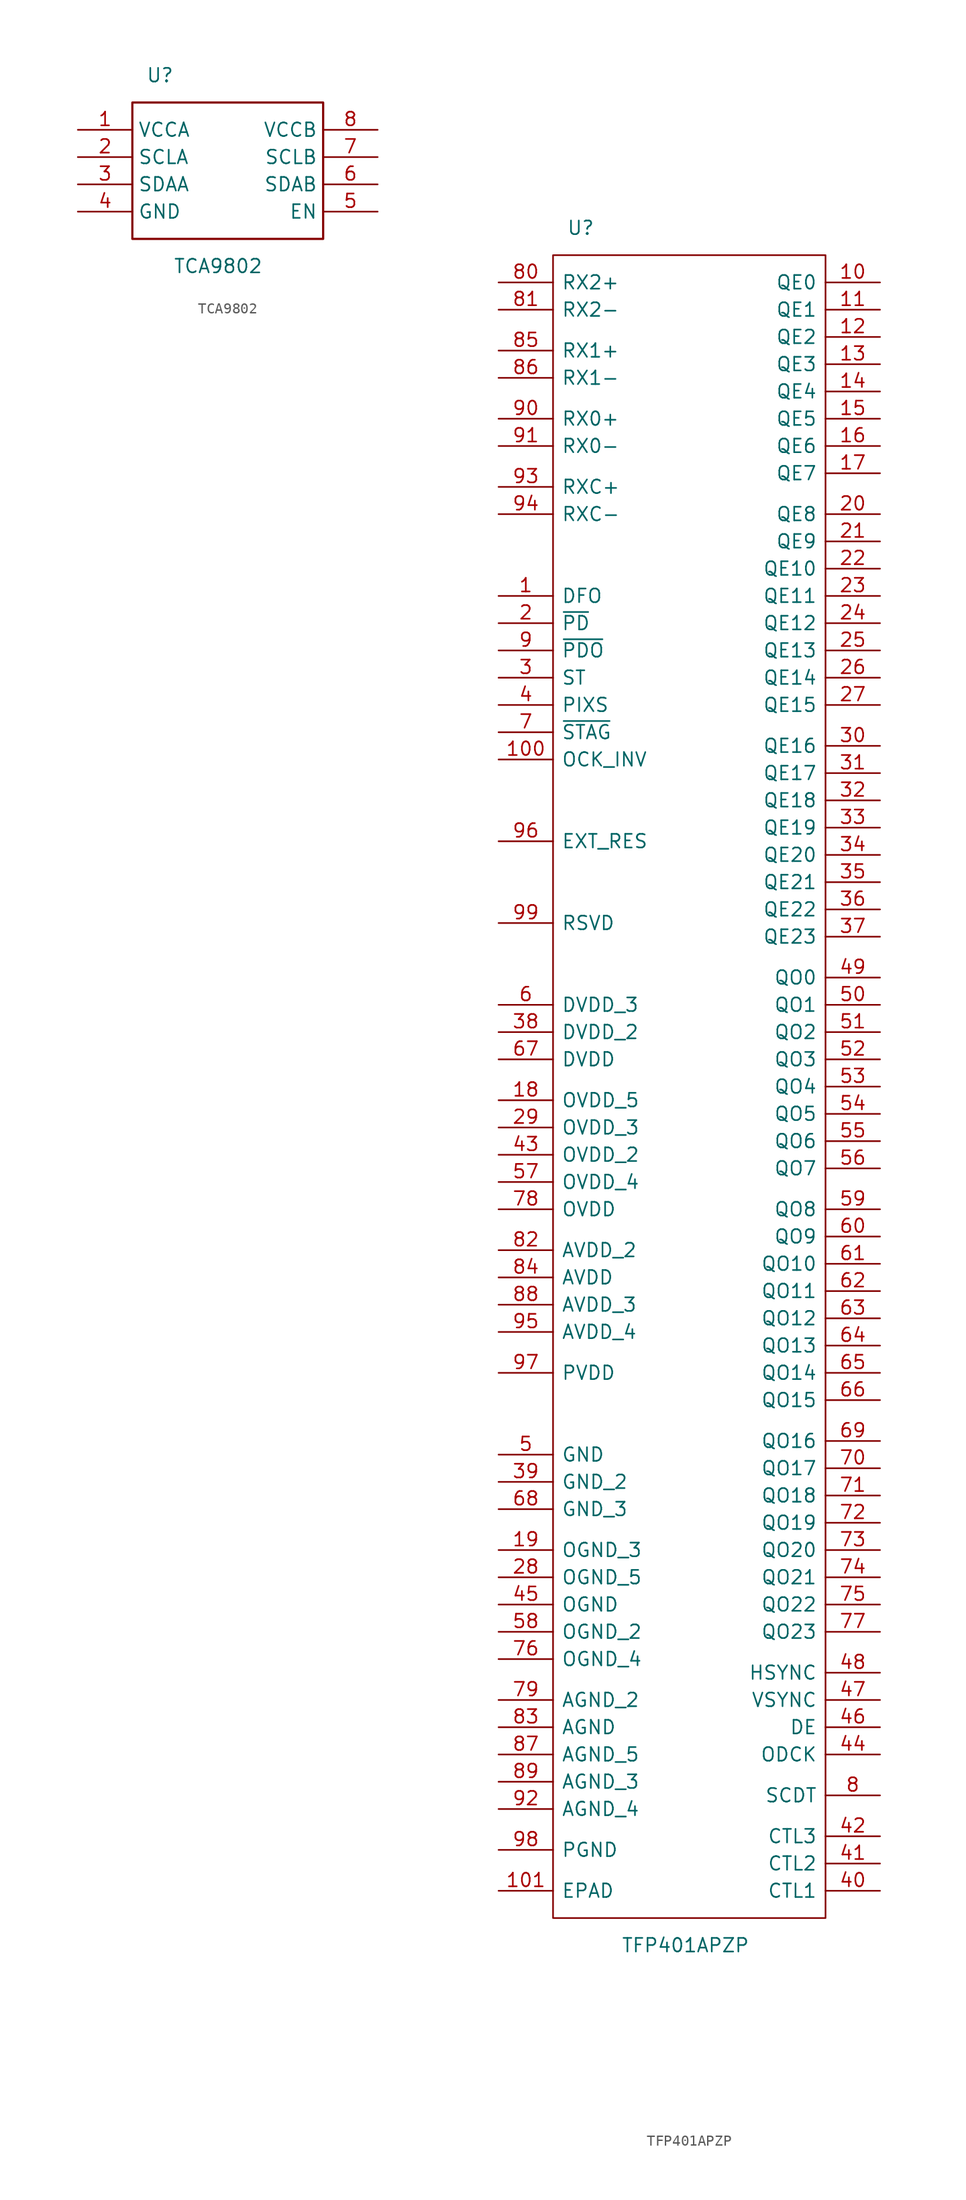
<source format=kicad_sym>
(kicad_symbol_lib
  (version 20241209)
  (generator "kicad_symbol_editor")
  (generator_version "9.0")
  (symbol "TCA9802"
    (property "Reference" "U"
      (at -7.62 8.89 0)
      (effects (font (size 1.27 1.27)) (justify left)))
    (property "Value" "TCA9802"
      (at -5.08 -8.89 0)
      (effects (font (size 1.27 1.27)) (justify left)))
    (symbol "TCA9802_0_0"
      (pin bidirectional line (at -13.97 3.81 0) (length 5.08) (name "VCCA" (effects (font (size 1.27 1.27)))) (number "1" (effects (font (size 1.27 1.27)))))
      (pin bidirectional line (at -13.97 1.27 0) (length 5.08) (name "SCLA" (effects (font (size 1.27 1.27)))) (number "2" (effects (font (size 1.27 1.27)))))
      (pin bidirectional line (at -13.97 -1.27 0) (length 5.08) (name "SDAA" (effects (font (size 1.27 1.27)))) (number "3" (effects (font (size 1.27 1.27)))))
      (pin bidirectional line (at -13.97 -3.81 0) (length 5.08) (name "GND" (effects (font (size 1.27 1.27)))) (number "4" (effects (font (size 1.27 1.27)))))
      (pin bidirectional line (at 13.97 3.81 180) (length 5.08) (name "VCCB" (effects (font (size 1.27 1.27)))) (number "8" (effects (font (size 1.27 1.27)))))
      (pin bidirectional line (at 13.97 1.27 180) (length 5.08) (name "SCLB" (effects (font (size 1.27 1.27)))) (number "7" (effects (font (size 1.27 1.27)))))
      (pin bidirectional line (at 13.97 -1.27 180) (length 5.08) (name "SDAB" (effects (font (size 1.27 1.27)))) (number "6" (effects (font (size 1.27 1.27)))))
      (pin bidirectional line (at 13.97 -3.81 180) (length 5.08) (name "EN" (effects (font (size 1.27 1.27)))) (number "5" (effects (font (size 1.27 1.27))))))
    (symbol "TCA9802_0_1"
      (polyline (pts (xy -8.89 6.35) (xy 8.89 6.35) (xy 8.89 -6.35) (xy -8.89 -6.35) (xy -8.89 6.35)) (stroke (width 0.203) (type solid)) (fill (type none)))))
  (symbol "TFP401APZP"
    (pin_names
      (offset 0.762))
    (property "Reference" "U"
      (at -11.43 82.55 0)
      (effects (font (size 1.27 1.27)) (justify left)))
    (property "Value" "TFP401APZP"
      (at -6.35 -77.47 0)
      (effects (font (size 1.27 1.27)) (justify left)))
    (symbol "TFP401APZP_0_0"
      (pin bidirectional line (at -17.78 74.93 0) (length 5.08) (name "RX2-" (effects (font (size 1.27 1.27)))) (number "81" (effects (font (size 1.27 1.27)))))
      (pin bidirectional line (at -17.78 71.12 0) (length 5.08) (name "RX1+" (effects (font (size 1.27 1.27)))) (number "85" (effects (font (size 1.27 1.27)))))
      (pin bidirectional line (at -17.78 68.58 0) (length 5.08) (name "RX1-" (effects (font (size 1.27 1.27)))) (number "86" (effects (font (size 1.27 1.27)))))
      (pin bidirectional line (at -17.78 64.77 0) (length 5.08) (name "RX0+" (effects (font (size 1.27 1.27)))) (number "90" (effects (font (size 1.27 1.27)))))
      (pin bidirectional line (at -17.78 62.23 0) (length 5.08) (name "RX0-" (effects (font (size 1.27 1.27)))) (number "91" (effects (font (size 1.27 1.27)))))
      (pin bidirectional line (at -17.78 58.42 0) (length 5.08) (name "RXC+" (effects (font (size 1.27 1.27)))) (number "93" (effects (font (size 1.27 1.27)))))
      (pin bidirectional line (at -17.78 55.88 0) (length 5.08) (name "RXC-" (effects (font (size 1.27 1.27)))) (number "94" (effects (font (size 1.27 1.27)))))
      (pin bidirectional line (at -17.78 48.26 0) (length 5.08) (name "DFO" (effects (font (size 1.27 1.27)))) (number "1" (effects (font (size 1.27 1.27)))))
      (pin bidirectional line (at -17.78 45.72 0) (length 5.08) (name "~{PD}" (effects (font (size 1.27 1.27)))) (number "2" (effects (font (size 1.27 1.27)))))
      (pin bidirectional line (at -17.78 43.18 0) (length 5.08) (name "~{PDO}" (effects (font (size 1.27 1.27)))) (number "9" (effects (font (size 1.27 1.27)))))
      (pin bidirectional line (at -17.78 40.64 0) (length 5.08) (name "ST" (effects (font (size 1.27 1.27)))) (number "3" (effects (font (size 1.27 1.27)))))
      (pin bidirectional line (at -17.78 38.1 0) (length 5.08) (name "PIXS" (effects (font (size 1.27 1.27)))) (number "4" (effects (font (size 1.27 1.27)))))
      (pin bidirectional line (at -17.78 35.56 0) (length 5.08) (name "~{STAG}" (effects (font (size 1.27 1.27)))) (number "7" (effects (font (size 1.27 1.27)))))
      (pin bidirectional line (at -17.78 10.16 0) (length 5.08) (name "DVDD_3" (effects (font (size 1.27 1.27)))) (number "6" (effects (font (size 1.27 1.27)))))
      (pin bidirectional line (at -17.78 7.62 0) (length 5.08) (name "DVDD_2" (effects (font (size 1.27 1.27)))) (number "38" (effects (font (size 1.27 1.27)))))
      (pin bidirectional line (at -17.78 1.27 0) (length 5.08) (name "OVDD_5" (effects (font (size 1.27 1.27)))) (number "18" (effects (font (size 1.27 1.27)))))
      (pin bidirectional line (at -17.78 -1.27 0) (length 5.08) (name "OVDD_3" (effects (font (size 1.27 1.27)))) (number "29" (effects (font (size 1.27 1.27)))))
      (pin bidirectional line (at -17.78 -3.81 0) (length 5.08) (name "OVDD_2" (effects (font (size 1.27 1.27)))) (number "43" (effects (font (size 1.27 1.27)))))
      (pin bidirectional line (at -17.78 -12.7 0) (length 5.08) (name "AVDD_2" (effects (font (size 1.27 1.27)))) (number "82" (effects (font (size 1.27 1.27)))))
      (pin bidirectional line (at -17.78 -15.24 0) (length 5.08) (name "AVDD" (effects (font (size 1.27 1.27)))) (number "84" (effects (font (size 1.27 1.27)))))
      (pin bidirectional line (at -17.78 -17.78 0) (length 5.08) (name "AVDD_3" (effects (font (size 1.27 1.27)))) (number "88" (effects (font (size 1.27 1.27)))))
      (pin bidirectional line (at -17.78 -20.32 0) (length 5.08) (name "AVDD_4" (effects (font (size 1.27 1.27)))) (number "95" (effects (font (size 1.27 1.27)))))
      (pin bidirectional line (at -17.78 -31.75 0) (length 5.08) (name "GND" (effects (font (size 1.27 1.27)))) (number "5" (effects (font (size 1.27 1.27)))))
      (pin bidirectional line (at -17.78 -34.29 0) (length 5.08) (name "GND_2" (effects (font (size 1.27 1.27)))) (number "39" (effects (font (size 1.27 1.27)))))
      (pin bidirectional line (at -17.78 -40.64 0) (length 5.08) (name "OGND_3" (effects (font (size 1.27 1.27)))) (number "19" (effects (font (size 1.27 1.27)))))
      (pin bidirectional line (at -17.78 -43.18 0) (length 5.08) (name "OGND_5" (effects (font (size 1.27 1.27)))) (number "28" (effects (font (size 1.27 1.27)))))
      (pin bidirectional line (at -17.78 -45.72 0) (length 5.08) (name "OGND" (effects (font (size 1.27 1.27)))) (number "45" (effects (font (size 1.27 1.27)))))
      (pin bidirectional line (at -17.78 -54.61 0) (length 5.08) (name "AGND_2" (effects (font (size 1.27 1.27)))) (number "79" (effects (font (size 1.27 1.27)))))
      (pin bidirectional line (at -17.78 -57.15 0) (length 5.08) (name "AGND" (effects (font (size 1.27 1.27)))) (number "83" (effects (font (size 1.27 1.27)))))
      (pin bidirectional line (at -17.78 -59.69 0) (length 5.08) (name "AGND_5" (effects (font (size 1.27 1.27)))) (number "87" (effects (font (size 1.27 1.27)))))
      (pin bidirectional line (at -17.78 -62.23 0) (length 5.08) (name "AGND_3" (effects (font (size 1.27 1.27)))) (number "89" (effects (font (size 1.27 1.27)))))
      (pin bidirectional line (at -17.78 -64.77 0) (length 5.08) (name "AGND_4" (effects (font (size 1.27 1.27)))) (number "92" (effects (font (size 1.27 1.27)))))
      (pin bidirectional line (at 17.78 77.47 180) (length 5.08) (name "QE0" (effects (font (size 1.27 1.27)))) (number "10" (effects (font (size 1.27 1.27)))))
      (pin bidirectional line (at 17.78 74.93 180) (length 5.08) (name "QE1" (effects (font (size 1.27 1.27)))) (number "11" (effects (font (size 1.27 1.27)))))
      (pin bidirectional line (at 17.78 72.39 180) (length 5.08) (name "QE2" (effects (font (size 1.27 1.27)))) (number "12" (effects (font (size 1.27 1.27)))))
      (pin bidirectional line (at 17.78 69.85 180) (length 5.08) (name "QE3" (effects (font (size 1.27 1.27)))) (number "13" (effects (font (size 1.27 1.27)))))
      (pin bidirectional line (at 17.78 67.31 180) (length 5.08) (name "QE4" (effects (font (size 1.27 1.27)))) (number "14" (effects (font (size 1.27 1.27)))))
      (pin bidirectional line (at 17.78 64.77 180) (length 5.08) (name "QE5" (effects (font (size 1.27 1.27)))) (number "15" (effects (font (size 1.27 1.27)))))
      (pin bidirectional line (at 17.78 62.23 180) (length 5.08) (name "QE6" (effects (font (size 1.27 1.27)))) (number "16" (effects (font (size 1.27 1.27)))))
      (pin bidirectional line (at 17.78 59.69 180) (length 5.08) (name "QE7" (effects (font (size 1.27 1.27)))) (number "17" (effects (font (size 1.27 1.27)))))
      (pin bidirectional line (at 17.78 55.88 180) (length 5.08) (name "QE8" (effects (font (size 1.27 1.27)))) (number "20" (effects (font (size 1.27 1.27)))))
      (pin bidirectional line (at 17.78 53.34 180) (length 5.08) (name "QE9" (effects (font (size 1.27 1.27)))) (number "21" (effects (font (size 1.27 1.27)))))
      (pin bidirectional line (at 17.78 50.8 180) (length 5.08) (name "QE10" (effects (font (size 1.27 1.27)))) (number "22" (effects (font (size 1.27 1.27)))))
      (pin bidirectional line (at 17.78 48.26 180) (length 5.08) (name "QE11" (effects (font (size 1.27 1.27)))) (number "23" (effects (font (size 1.27 1.27)))))
      (pin bidirectional line (at 17.78 45.72 180) (length 5.08) (name "QE12" (effects (font (size 1.27 1.27)))) (number "24" (effects (font (size 1.27 1.27)))))
      (pin bidirectional line (at 17.78 43.18 180) (length 5.08) (name "QE13" (effects (font (size 1.27 1.27)))) (number "25" (effects (font (size 1.27 1.27)))))
      (pin bidirectional line (at 17.78 40.64 180) (length 5.08) (name "QE14" (effects (font (size 1.27 1.27)))) (number "26" (effects (font (size 1.27 1.27)))))
      (pin bidirectional line (at 17.78 38.1 180) (length 5.08) (name "QE15" (effects (font (size 1.27 1.27)))) (number "27" (effects (font (size 1.27 1.27)))))
      (pin bidirectional line (at 17.78 34.29 180) (length 5.08) (name "QE16" (effects (font (size 1.27 1.27)))) (number "30" (effects (font (size 1.27 1.27)))))
      (pin bidirectional line (at 17.78 31.75 180) (length 5.08) (name "QE17" (effects (font (size 1.27 1.27)))) (number "31" (effects (font (size 1.27 1.27)))))
      (pin bidirectional line (at 17.78 29.21 180) (length 5.08) (name "QE18" (effects (font (size 1.27 1.27)))) (number "32" (effects (font (size 1.27 1.27)))))
      (pin bidirectional line (at 17.78 26.67 180) (length 5.08) (name "QE19" (effects (font (size 1.27 1.27)))) (number "33" (effects (font (size 1.27 1.27)))))
      (pin bidirectional line (at 17.78 24.13 180) (length 5.08) (name "QE20" (effects (font (size 1.27 1.27)))) (number "34" (effects (font (size 1.27 1.27)))))
      (pin bidirectional line (at 17.78 21.59 180) (length 5.08) (name "QE21" (effects (font (size 1.27 1.27)))) (number "35" (effects (font (size 1.27 1.27)))))
      (pin bidirectional line (at 17.78 19.05 180) (length 5.08) (name "QE22" (effects (font (size 1.27 1.27)))) (number "36" (effects (font (size 1.27 1.27)))))
      (pin bidirectional line (at 17.78 16.51 180) (length 5.08) (name "QE23" (effects (font (size 1.27 1.27)))) (number "37" (effects (font (size 1.27 1.27)))))
      (pin bidirectional line (at 17.78 5.08 180) (length 5.08) (name "QO3" (effects (font (size 1.27 1.27)))) (number "52" (effects (font (size 1.27 1.27)))))
      (pin bidirectional line (at 17.78 2.54 180) (length 5.08) (name "QO4" (effects (font (size 1.27 1.27)))) (number "53" (effects (font (size 1.27 1.27)))))
      (pin bidirectional line (at 17.78 0 180) (length 5.08) (name "QO5" (effects (font (size 1.27 1.27)))) (number "54" (effects (font (size 1.27 1.27)))))
      (pin bidirectional line (at 17.78 -2.54 180) (length 5.08) (name "QO6" (effects (font (size 1.27 1.27)))) (number "55" (effects (font (size 1.27 1.27)))))
      (pin bidirectional line (at 17.78 -5.08 180) (length 5.08) (name "QO7" (effects (font (size 1.27 1.27)))) (number "56" (effects (font (size 1.27 1.27)))))
      (pin bidirectional line (at 17.78 -8.89 180) (length 5.08) (name "QO8" (effects (font (size 1.27 1.27)))) (number "59" (effects (font (size 1.27 1.27)))))
      (pin bidirectional line (at 17.78 -11.43 180) (length 5.08) (name "QO9" (effects (font (size 1.27 1.27)))) (number "60" (effects (font (size 1.27 1.27)))))
      (pin bidirectional line (at 17.78 -13.97 180) (length 5.08) (name "QO10" (effects (font (size 1.27 1.27)))) (number "61" (effects (font (size 1.27 1.27)))))
      (pin bidirectional line (at 17.78 -16.51 180) (length 5.08) (name "QO11" (effects (font (size 1.27 1.27)))) (number "62" (effects (font (size 1.27 1.27)))))
      (pin bidirectional line (at 17.78 -19.05 180) (length 5.08) (name "QO12" (effects (font (size 1.27 1.27)))) (number "63" (effects (font (size 1.27 1.27)))))
      (pin bidirectional line (at 17.78 -21.59 180) (length 5.08) (name "QO13" (effects (font (size 1.27 1.27)))) (number "64" (effects (font (size 1.27 1.27)))))
      (pin bidirectional line (at 17.78 -24.13 180) (length 5.08) (name "QO14" (effects (font (size 1.27 1.27)))) (number "65" (effects (font (size 1.27 1.27)))))
      (pin bidirectional line (at 17.78 -26.67 180) (length 5.08) (name "QO15" (effects (font (size 1.27 1.27)))) (number "66" (effects (font (size 1.27 1.27)))))
      (pin bidirectional line (at 17.78 -30.48 180) (length 5.08) (name "QO16" (effects (font (size 1.27 1.27)))) (number "69" (effects (font (size 1.27 1.27)))))
      (pin bidirectional line (at 17.78 -33.02 180) (length 5.08) (name "QO17" (effects (font (size 1.27 1.27)))) (number "70" (effects (font (size 1.27 1.27)))))
      (pin bidirectional line (at 17.78 -35.56 180) (length 5.08) (name "QO18" (effects (font (size 1.27 1.27)))) (number "71" (effects (font (size 1.27 1.27)))))
      (pin bidirectional line (at 17.78 -38.1 180) (length 5.08) (name "QO19" (effects (font (size 1.27 1.27)))) (number "72" (effects (font (size 1.27 1.27)))))
      (pin bidirectional line (at 17.78 -40.64 180) (length 5.08) (name "QO20" (effects (font (size 1.27 1.27)))) (number "73" (effects (font (size 1.27 1.27)))))
      (pin bidirectional line (at 17.78 -43.18 180) (length 5.08) (name "QO21" (effects (font (size 1.27 1.27)))) (number "74" (effects (font (size 1.27 1.27)))))
      (pin bidirectional line (at 17.78 -45.72 180) (length 5.08) (name "QO22" (effects (font (size 1.27 1.27)))) (number "75" (effects (font (size 1.27 1.27)))))
      (pin bidirectional line (at 17.78 -48.26 180) (length 5.08) (name "QO23" (effects (font (size 1.27 1.27)))) (number "77" (effects (font (size 1.27 1.27))))))
    (symbol "TFP401APZP_0_1"
      (polyline (pts (xy -12.7 80.01) (xy 12.7 80.01) (xy 12.7 -74.93) (xy -12.7 -74.93) (xy -12.7 80.01)) (stroke (width 0.152) (type solid)) (fill (type none))))
    (symbol "TFP401APZP_1_0"
      (pin bidirectional line (at -17.78 77.47 0) (length 5.08) (name "RX2+" (effects (font (size 1.27 1.27)))) (number "80" (effects (font (size 1.27 1.27)))))
      (pin bidirectional line (at -17.78 33.02 0) (length 5.08) (name "OCK_INV" (effects (font (size 1.27 1.27)))) (number "100" (effects (font (size 1.27 1.27)))))
      (pin bidirectional line (at -17.78 25.4 0) (length 5.08) (name "EXT_RES" (effects (font (size 1.27 1.27)))) (number "96" (effects (font (size 1.27 1.27)))))
      (pin bidirectional line (at -17.78 17.78 0) (length 5.08) (name "RSVD" (effects (font (size 1.27 1.27)))) (number "99" (effects (font (size 1.27 1.27)))))
      (pin bidirectional line (at -17.78 5.08 0) (length 5.08) (name "DVDD" (effects (font (size 1.27 1.27)))) (number "67" (effects (font (size 1.27 1.27)))))
      (pin bidirectional line (at -17.78 -6.35 0) (length 5.08) (name "OVDD_4" (effects (font (size 1.27 1.27)))) (number "57" (effects (font (size 1.27 1.27)))))
      (pin bidirectional line (at -17.78 -8.89 0) (length 5.08) (name "OVDD" (effects (font (size 1.27 1.27)))) (number "78" (effects (font (size 1.27 1.27)))))
      (pin bidirectional line (at -17.78 -24.13 0) (length 5.08) (name "PVDD" (effects (font (size 1.27 1.27)))) (number "97" (effects (font (size 1.27 1.27)))))
      (pin bidirectional line (at -17.78 -36.83 0) (length 5.08) (name "GND_3" (effects (font (size 1.27 1.27)))) (number "68" (effects (font (size 1.27 1.27)))))
      (pin bidirectional line (at -17.78 -48.26 0) (length 5.08) (name "OGND_2" (effects (font (size 1.27 1.27)))) (number "58" (effects (font (size 1.27 1.27)))))
      (pin bidirectional line (at -17.78 -50.8 0) (length 5.08) (name "OGND_4" (effects (font (size 1.27 1.27)))) (number "76" (effects (font (size 1.27 1.27)))))
      (pin bidirectional line (at -17.78 -68.58 0) (length 5.08) (name "PGND" (effects (font (size 1.27 1.27)))) (number "98" (effects (font (size 1.27 1.27)))))
      (pin bidirectional line (at -17.78 -72.39 0) (length 5.08) (name "EPAD" (effects (font (size 1.27 1.27)))) (number "101" (effects (font (size 1.27 1.27)))))
      (pin bidirectional line (at 17.78 12.7 180) (length 5.08) (name "QO0" (effects (font (size 1.27 1.27)))) (number "49" (effects (font (size 1.27 1.27)))))
      (pin bidirectional line (at 17.78 10.16 180) (length 5.08) (name "QO1" (effects (font (size 1.27 1.27)))) (number "50" (effects (font (size 1.27 1.27)))))
      (pin bidirectional line (at 17.78 7.62 180) (length 5.08) (name "QO2" (effects (font (size 1.27 1.27)))) (number "51" (effects (font (size 1.27 1.27)))))
      (pin bidirectional line (at 17.78 -52.07 180) (length 5.08) (name "HSYNC" (effects (font (size 1.27 1.27)))) (number "48" (effects (font (size 1.27 1.27)))))
      (pin bidirectional line (at 17.78 -54.61 180) (length 5.08) (name "VSYNC" (effects (font (size 1.27 1.27)))) (number "47" (effects (font (size 1.27 1.27)))))
      (pin bidirectional line (at 17.78 -57.15 180) (length 5.08) (name "DE" (effects (font (size 1.27 1.27)))) (number "46" (effects (font (size 1.27 1.27)))))
      (pin bidirectional line (at 17.78 -59.69 180) (length 5.08) (name "ODCK" (effects (font (size 1.27 1.27)))) (number "44" (effects (font (size 1.27 1.27)))))
      (pin bidirectional line (at 17.78 -63.5 180) (length 5.08) (name "SCDT" (effects (font (size 1.27 1.27)))) (number "8" (effects (font (size 1.27 1.27)))))
      (pin bidirectional line (at 17.78 -67.31 180) (length 5.08) (name "CTL3" (effects (font (size 1.27 1.27)))) (number "42" (effects (font (size 1.27 1.27)))))
      (pin bidirectional line (at 17.78 -69.85 180) (length 5.08) (name "CTL2" (effects (font (size 1.27 1.27)))) (number "41" (effects (font (size 1.27 1.27)))))
      (pin bidirectional line (at 17.78 -72.39 180) (length 5.08) (name "CTL1" (effects (font (size 1.27 1.27)))) (number "40" (effects (font (size 1.27 1.27))))))))
</source>
